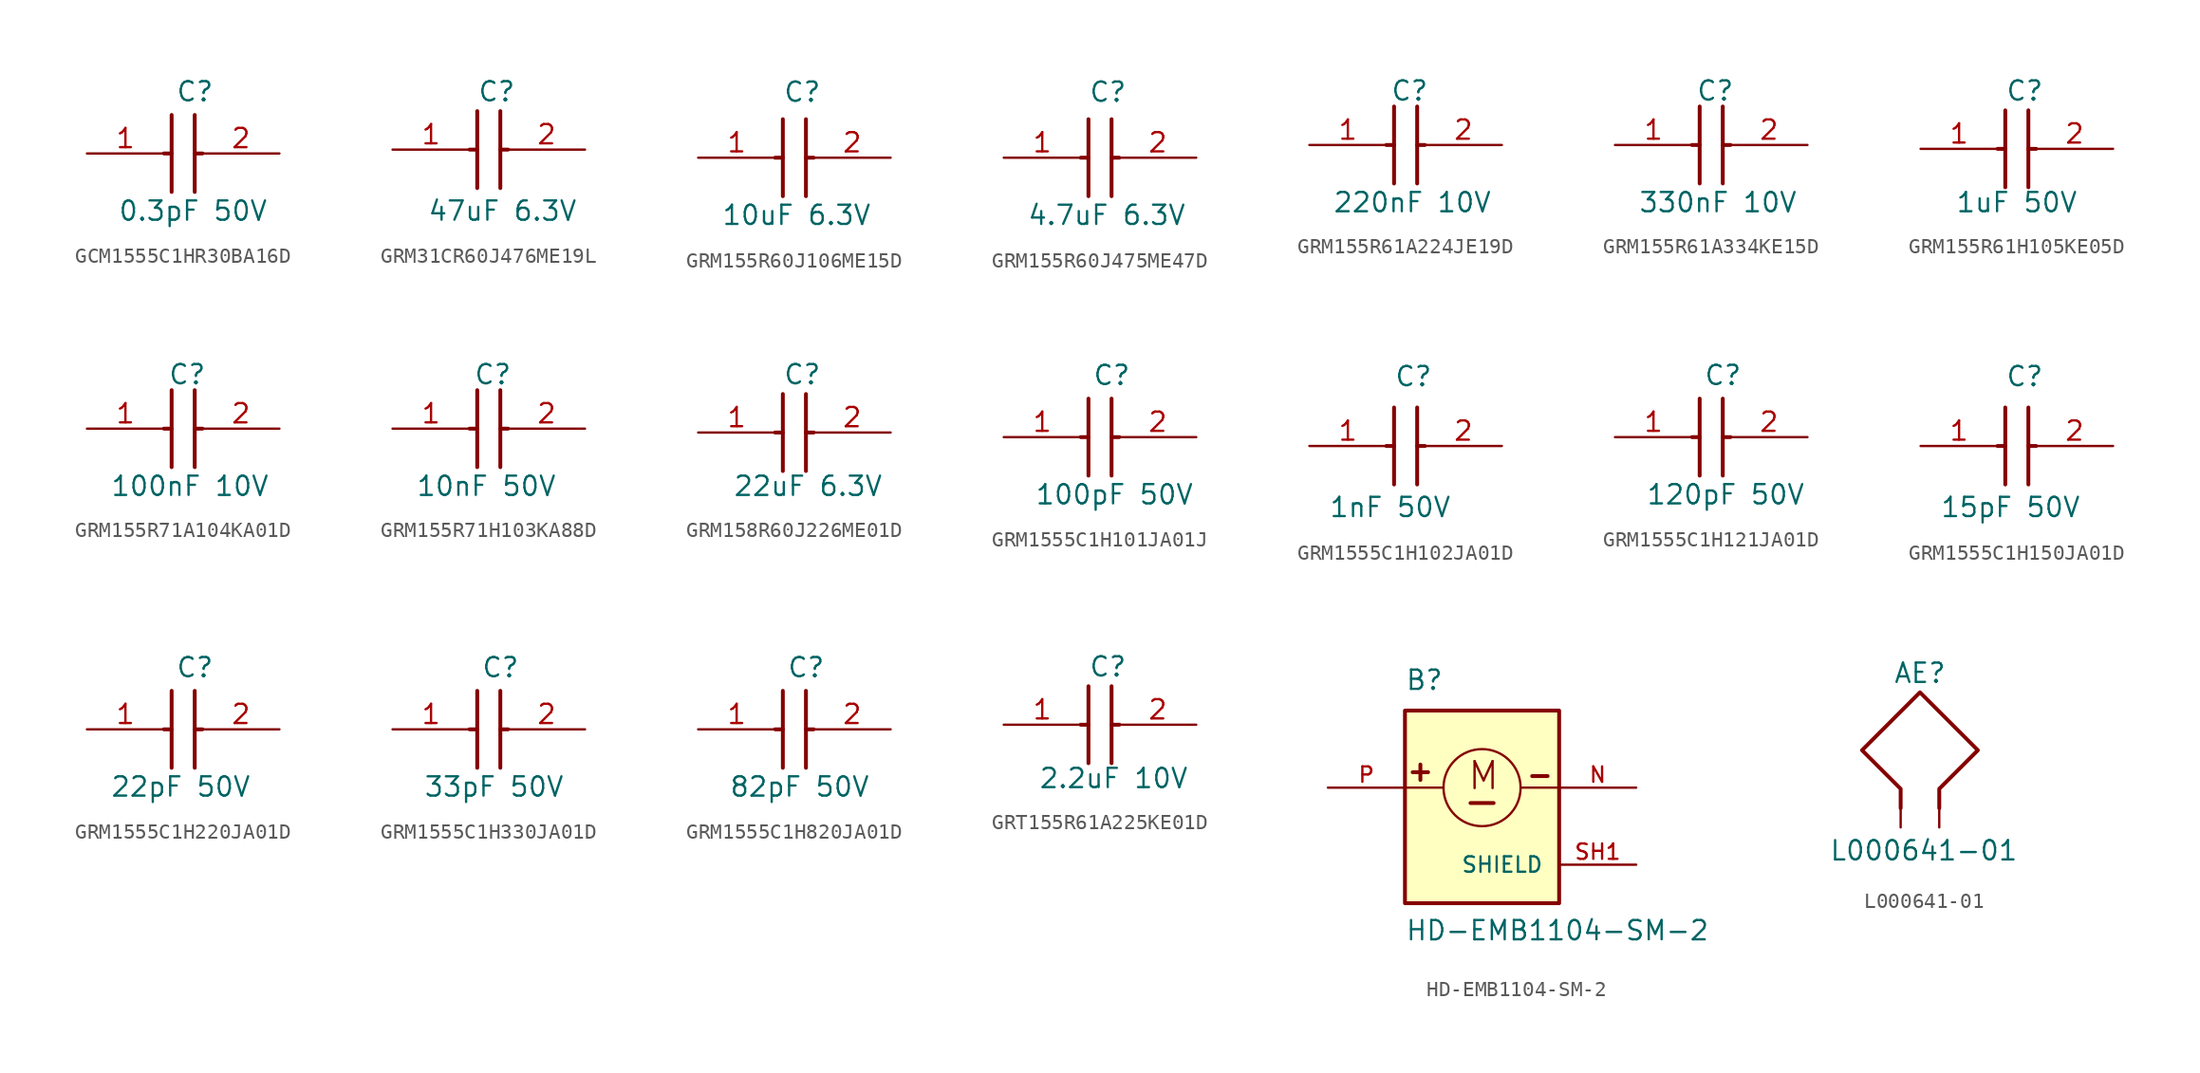
<source format=kicad_sym>
(kicad_symbol_lib
  (version 20241209)
  (generator "kicad_symbol_editor")
  (generator_version "9.0")
  (symbol "GCM1555C1HR30BA16D"
    (pin_names
      (hide yes))
    (property "Reference" "C"
      (at -0.508 4.826 0)
      (effects (font (size 1.27 1.27)) (justify left top)))
    (property "Value" "0.3pF 50V"
      (at -4.318 -3.048 0)
      (effects (font (size 1.27 1.27)) (justify left top)))
    (symbol "GCM1555C1HR30BA16D_1_1"
      (polyline (pts (xy -1.27 0) (xy -0.762 0)) (stroke (width 0.254) (type default)) (fill (type none)))
      (polyline (pts (xy -0.762 2.54) (xy -0.762 -2.54)) (stroke (width 0.254) (type default)) (fill (type none)))
      (polyline (pts (xy 0.762 2.54) (xy 0.762 -2.54)) (stroke (width 0.254) (type default)) (fill (type none)))
      (polyline (pts (xy 0.762 0) (xy 1.27 0)) (stroke (width 0.254) (type default)) (fill (type none)))
      (pin passive line (at -6.35 0 0) (length 5.08) (name "1" (effects (font (size 1.27 1.27)))) (number "1" (effects (font (size 1.27 1.27)))))
      (pin passive line (at 6.35 0 180) (length 5.08) (name "2" (effects (font (size 1.27 1.27)))) (number "2" (effects (font (size 1.27 1.27)))))))
  (symbol "GRM31CR60J476ME19L"
    (pin_names
      (hide yes))
    (property "Reference" "C"
      (at -0.762 4.572 0)
      (effects (font (size 1.27 1.27)) (justify left top)))
    (property "Value" "47uF 6.3V"
      (at -4.064 -3.302 0)
      (effects (font (size 1.27 1.27)) (justify left top)))
    (symbol "GRM31CR60J476ME19L_1_1"
      (polyline (pts (xy -1.27 0) (xy -0.762 0)) (stroke (width 0.254) (type default)) (fill (type none)))
      (polyline (pts (xy -0.762 2.54) (xy -0.762 -2.54)) (stroke (width 0.254) (type default)) (fill (type none)))
      (polyline (pts (xy 0.762 2.54) (xy 0.762 -2.54)) (stroke (width 0.254) (type default)) (fill (type none)))
      (polyline (pts (xy 0.762 0) (xy 1.27 0)) (stroke (width 0.254) (type default)) (fill (type none)))
      (pin passive line (at -6.35 0 0) (length 5.08) (name "1" (effects (font (size 1.27 1.27)))) (number "1" (effects (font (size 1.27 1.27)))))
      (pin passive line (at 6.35 0 180) (length 5.08) (name "2" (effects (font (size 1.27 1.27)))) (number "2" (effects (font (size 1.27 1.27)))))))
  (symbol "GRM155R60J106ME15D"
    (pin_names
      (hide yes))
    (property "Reference" "C"
      (at -0.762 5.08 0)
      (effects (font (size 1.27 1.27)) (justify left top)))
    (property "Value" "10uF 6.3V"
      (at -4.826 -3.048 0)
      (effects (font (size 1.27 1.27)) (justify left top)))
    (symbol "GRM155R60J106ME15D_1_1"
      (polyline (pts (xy -1.27 0) (xy -0.762 0)) (stroke (width 0.254) (type default)) (fill (type none)))
      (polyline (pts (xy -0.762 2.54) (xy -0.762 -2.54)) (stroke (width 0.254) (type default)) (fill (type none)))
      (polyline (pts (xy 0.762 2.54) (xy 0.762 -2.54)) (stroke (width 0.254) (type default)) (fill (type none)))
      (polyline (pts (xy 0.762 0) (xy 1.27 0)) (stroke (width 0.254) (type default)) (fill (type none)))
      (pin passive line (at -6.35 0 0) (length 5.08) (name "1" (effects (font (size 1.27 1.27)))) (number "1" (effects (font (size 1.27 1.27)))))
      (pin passive line (at 6.35 0 180) (length 5.08) (name "2" (effects (font (size 1.27 1.27)))) (number "2" (effects (font (size 1.27 1.27)))))))
  (symbol "GRM155R60J475ME47D"
    (pin_names
      (hide yes))
    (property "Reference" "C"
      (at -0.762 5.08 0)
      (effects (font (size 1.27 1.27)) (justify left top)))
    (property "Value" "4.7uF 6.3V"
      (at -4.826 -3.048 0)
      (effects (font (size 1.27 1.27)) (justify left top)))
    (symbol "GRM155R60J475ME47D_1_1"
      (polyline (pts (xy -1.27 0) (xy -0.762 0)) (stroke (width 0.254) (type default)) (fill (type none)))
      (polyline (pts (xy -0.762 2.54) (xy -0.762 -2.54)) (stroke (width 0.254) (type default)) (fill (type none)))
      (polyline (pts (xy 0.762 2.54) (xy 0.762 -2.54)) (stroke (width 0.254) (type default)) (fill (type none)))
      (polyline (pts (xy 0.762 0) (xy 1.27 0)) (stroke (width 0.254) (type default)) (fill (type none)))
      (pin passive line (at -6.35 0 0) (length 5.08) (name "1" (effects (font (size 1.27 1.27)))) (number "1" (effects (font (size 1.27 1.27)))))
      (pin passive line (at 6.35 0 180) (length 5.08) (name "2" (effects (font (size 1.27 1.27)))) (number "2" (effects (font (size 1.27 1.27)))))))
  (symbol "GRM155R61A224JE19D"
    (pin_names
      (hide yes))
    (property "Reference" "C"
      (at -1.016 4.318 0)
      (effects (font (size 1.27 1.27)) (justify left top)))
    (property "Value" "220nF 10V"
      (at -4.826 -3.048 0)
      (effects (font (size 1.27 1.27)) (justify left top)))
    (symbol "GRM155R61A224JE19D_1_1"
      (polyline (pts (xy -1.27 0) (xy -0.762 0)) (stroke (width 0.254) (type default)) (fill (type none)))
      (polyline (pts (xy -0.762 2.54) (xy -0.762 -2.54)) (stroke (width 0.254) (type default)) (fill (type none)))
      (polyline (pts (xy 0.762 2.54) (xy 0.762 -2.54)) (stroke (width 0.254) (type default)) (fill (type none)))
      (polyline (pts (xy 0.762 0) (xy 1.27 0)) (stroke (width 0.254) (type default)) (fill (type none)))
      (pin passive line (at -6.35 0 0) (length 5.08) (name "1" (effects (font (size 1.27 1.27)))) (number "1" (effects (font (size 1.27 1.27)))))
      (pin passive line (at 6.35 0 180) (length 5.08) (name "2" (effects (font (size 1.27 1.27)))) (number "2" (effects (font (size 1.27 1.27)))))))
  (symbol "GRM155R61A334KE15D"
    (pin_names
      (hide yes))
    (property "Reference" "C"
      (at -1.016 4.318 0)
      (effects (font (size 1.27 1.27)) (justify left top)))
    (property "Value" "330nF 10V"
      (at -4.826 -3.048 0)
      (effects (font (size 1.27 1.27)) (justify left top)))
    (symbol "GRM155R61A334KE15D_1_1"
      (polyline (pts (xy -1.27 0) (xy -0.762 0)) (stroke (width 0.254) (type default)) (fill (type none)))
      (polyline (pts (xy -0.762 2.54) (xy -0.762 -2.54)) (stroke (width 0.254) (type default)) (fill (type none)))
      (polyline (pts (xy 0.762 2.54) (xy 0.762 -2.54)) (stroke (width 0.254) (type default)) (fill (type none)))
      (polyline (pts (xy 0.762 0) (xy 1.27 0)) (stroke (width 0.254) (type default)) (fill (type none)))
      (pin passive line (at -6.35 0 0) (length 5.08) (name "1" (effects (font (size 1.27 1.27)))) (number "1" (effects (font (size 1.27 1.27)))))
      (pin passive line (at 6.35 0 180) (length 5.08) (name "2" (effects (font (size 1.27 1.27)))) (number "2" (effects (font (size 1.27 1.27)))))))
  (symbol "GRM155R61H105KE05D"
    (pin_names
      (hide yes))
    (property "Reference" "C"
      (at -0.762 4.572 0)
      (effects (font (size 1.27 1.27)) (justify left top)))
    (property "Value" "1uF 50V"
      (at -4.064 -2.794 0)
      (effects (font (size 1.27 1.27)) (justify left top)))
    (symbol "GRM155R61H105KE05D_1_1"
      (polyline (pts (xy -1.27 0) (xy -0.762 0)) (stroke (width 0.254) (type default)) (fill (type none)))
      (polyline (pts (xy -0.762 2.54) (xy -0.762 -2.54)) (stroke (width 0.254) (type default)) (fill (type none)))
      (polyline (pts (xy 0.762 2.54) (xy 0.762 -2.54)) (stroke (width 0.254) (type default)) (fill (type none)))
      (polyline (pts (xy 0.762 0) (xy 1.27 0)) (stroke (width 0.254) (type default)) (fill (type none)))
      (pin passive line (at -6.35 0 0) (length 5.08) (name "1" (effects (font (size 1.27 1.27)))) (number "1" (effects (font (size 1.27 1.27)))))
      (pin passive line (at 6.35 0 180) (length 5.08) (name "2" (effects (font (size 1.27 1.27)))) (number "2" (effects (font (size 1.27 1.27)))))))
  (symbol "GRM155R71A104KA01D"
    (pin_names
      (hide yes))
    (property "Reference" "C"
      (at -1.016 4.318 0)
      (effects (font (size 1.27 1.27)) (justify left top)))
    (property "Value" "100nF 10V"
      (at -4.826 -3.048 0)
      (effects (font (size 1.27 1.27)) (justify left top)))
    (symbol "GRM155R71A104KA01D_1_1"
      (polyline (pts (xy -1.27 0) (xy -0.762 0)) (stroke (width 0.254) (type default)) (fill (type none)))
      (polyline (pts (xy -0.762 2.54) (xy -0.762 -2.54)) (stroke (width 0.254) (type default)) (fill (type none)))
      (polyline (pts (xy 0.762 2.54) (xy 0.762 -2.54)) (stroke (width 0.254) (type default)) (fill (type none)))
      (polyline (pts (xy 0.762 0) (xy 1.27 0)) (stroke (width 0.254) (type default)) (fill (type none)))
      (pin passive line (at -6.35 0 0) (length 5.08) (name "1" (effects (font (size 1.27 1.27)))) (number "1" (effects (font (size 1.27 1.27)))))
      (pin passive line (at 6.35 0 180) (length 5.08) (name "2" (effects (font (size 1.27 1.27)))) (number "2" (effects (font (size 1.27 1.27)))))))
  (symbol "GRM155R71H103KA88D"
    (pin_names
      (hide yes))
    (property "Reference" "C"
      (at -1.016 4.318 0)
      (effects (font (size 1.27 1.27)) (justify left top)))
    (property "Value" "10nF 50V"
      (at -4.826 -3.048 0)
      (effects (font (size 1.27 1.27)) (justify left top)))
    (symbol "GRM155R71H103KA88D_1_1"
      (polyline (pts (xy -1.27 0) (xy -0.762 0)) (stroke (width 0.254) (type default)) (fill (type none)))
      (polyline (pts (xy -0.762 2.54) (xy -0.762 -2.54)) (stroke (width 0.254) (type default)) (fill (type none)))
      (polyline (pts (xy 0.762 2.54) (xy 0.762 -2.54)) (stroke (width 0.254) (type default)) (fill (type none)))
      (polyline (pts (xy 0.762 0) (xy 1.27 0)) (stroke (width 0.254) (type default)) (fill (type none)))
      (pin passive line (at -6.35 0 0) (length 5.08) (name "1" (effects (font (size 1.27 1.27)))) (number "1" (effects (font (size 1.27 1.27)))))
      (pin passive line (at 6.35 0 180) (length 5.08) (name "2" (effects (font (size 1.27 1.27)))) (number "2" (effects (font (size 1.27 1.27)))))))
  (symbol "GRM158R60J226ME01D"
    (pin_names
      (hide yes))
    (property "Reference" "C"
      (at -0.762 4.572 0)
      (effects (font (size 1.27 1.27)) (justify left top)))
    (property "Value" "22uF 6.3V"
      (at -4.064 -2.794 0)
      (effects (font (size 1.27 1.27)) (justify left top)))
    (symbol "GRM158R60J226ME01D_1_1"
      (polyline (pts (xy -1.27 0) (xy -0.762 0)) (stroke (width 0.254) (type default)) (fill (type none)))
      (polyline (pts (xy -0.762 2.54) (xy -0.762 -2.54)) (stroke (width 0.254) (type default)) (fill (type none)))
      (polyline (pts (xy 0.762 2.54) (xy 0.762 -2.54)) (stroke (width 0.254) (type default)) (fill (type none)))
      (polyline (pts (xy 0.762 0) (xy 1.27 0)) (stroke (width 0.254) (type default)) (fill (type none)))
      (pin passive line (at -6.35 0 0) (length 5.08) (name "1" (effects (font (size 1.27 1.27)))) (number "1" (effects (font (size 1.27 1.27)))))
      (pin passive line (at 6.35 0 180) (length 5.08) (name "2" (effects (font (size 1.27 1.27)))) (number "2" (effects (font (size 1.27 1.27)))))))
  (symbol "GRM1555C1H101JA01J"
    (pin_names
      (hide yes))
    (property "Reference" "C"
      (at -0.508 4.826 0)
      (effects (font (size 1.27 1.27)) (justify left top)))
    (property "Value" "100pF 50V"
      (at -4.318 -3.048 0)
      (effects (font (size 1.27 1.27)) (justify left top)))
    (symbol "GRM1555C1H101JA01J_1_1"
      (polyline (pts (xy -1.27 0) (xy -0.762 0)) (stroke (width 0.254) (type default)) (fill (type none)))
      (polyline (pts (xy -0.762 2.54) (xy -0.762 -2.54)) (stroke (width 0.254) (type default)) (fill (type none)))
      (polyline (pts (xy 0.762 2.54) (xy 0.762 -2.54)) (stroke (width 0.254) (type default)) (fill (type none)))
      (polyline (pts (xy 0.762 0) (xy 1.27 0)) (stroke (width 0.254) (type default)) (fill (type none)))
      (pin passive line (at -6.35 0 0) (length 5.08) (name "1" (effects (font (size 1.27 1.27)))) (number "1" (effects (font (size 1.27 1.27)))))
      (pin passive line (at 6.35 0 180) (length 5.08) (name "2" (effects (font (size 1.27 1.27)))) (number "2" (effects (font (size 1.27 1.27)))))))
  (symbol "GRM1555C1H102JA01D"
    (pin_names
      (hide yes))
    (property "Reference" "C"
      (at -0.762 5.334 0)
      (effects (font (size 1.27 1.27)) (justify left top)))
    (property "Value" "1nF 50V"
      (at -5.08 -3.302 0)
      (effects (font (size 1.27 1.27)) (justify left top)))
    (symbol "GRM1555C1H102JA01D_1_1"
      (polyline (pts (xy -1.27 0) (xy -0.762 0)) (stroke (width 0.254) (type default)) (fill (type none)))
      (polyline (pts (xy -0.762 2.54) (xy -0.762 -2.54)) (stroke (width 0.254) (type default)) (fill (type none)))
      (polyline (pts (xy 0.762 2.54) (xy 0.762 -2.54)) (stroke (width 0.254) (type default)) (fill (type none)))
      (polyline (pts (xy 0.762 0) (xy 1.27 0)) (stroke (width 0.254) (type default)) (fill (type none)))
      (pin passive line (at -6.35 0 0) (length 5.08) (name "1" (effects (font (size 1.27 1.27)))) (number "1" (effects (font (size 1.27 1.27)))))
      (pin passive line (at 6.35 0 180) (length 5.08) (name "2" (effects (font (size 1.27 1.27)))) (number "2" (effects (font (size 1.27 1.27)))))))
  (symbol "GRM1555C1H121JA01D"
    (pin_names
      (hide yes))
    (property "Reference" "C"
      (at -0.508 4.826 0)
      (effects (font (size 1.27 1.27)) (justify left top)))
    (property "Value" "120pF 50V"
      (at -4.318 -3.048 0)
      (effects (font (size 1.27 1.27)) (justify left top)))
    (symbol "GRM1555C1H121JA01D_1_1"
      (polyline (pts (xy -1.27 0) (xy -0.762 0)) (stroke (width 0.254) (type default)) (fill (type none)))
      (polyline (pts (xy -0.762 2.54) (xy -0.762 -2.54)) (stroke (width 0.254) (type default)) (fill (type none)))
      (polyline (pts (xy 0.762 2.54) (xy 0.762 -2.54)) (stroke (width 0.254) (type default)) (fill (type none)))
      (polyline (pts (xy 0.762 0) (xy 1.27 0)) (stroke (width 0.254) (type default)) (fill (type none)))
      (pin passive line (at -6.35 0 0) (length 5.08) (name "1" (effects (font (size 1.27 1.27)))) (number "1" (effects (font (size 1.27 1.27)))))
      (pin passive line (at 6.35 0 180) (length 5.08) (name "2" (effects (font (size 1.27 1.27)))) (number "2" (effects (font (size 1.27 1.27)))))))
  (symbol "GRM1555C1H150JA01D"
    (pin_names
      (hide yes))
    (property "Reference" "C"
      (at -0.762 5.334 0)
      (effects (font (size 1.27 1.27)) (justify left top)))
    (property "Value" "15pF 50V"
      (at -5.08 -3.302 0)
      (effects (font (size 1.27 1.27)) (justify left top)))
    (symbol "GRM1555C1H150JA01D_1_1"
      (polyline (pts (xy -1.27 0) (xy -0.762 0)) (stroke (width 0.254) (type default)) (fill (type none)))
      (polyline (pts (xy -0.762 2.54) (xy -0.762 -2.54)) (stroke (width 0.254) (type default)) (fill (type none)))
      (polyline (pts (xy 0.762 2.54) (xy 0.762 -2.54)) (stroke (width 0.254) (type default)) (fill (type none)))
      (polyline (pts (xy 0.762 0) (xy 1.27 0)) (stroke (width 0.254) (type default)) (fill (type none)))
      (pin passive line (at -6.35 0 0) (length 5.08) (name "1" (effects (font (size 1.27 1.27)))) (number "1" (effects (font (size 1.27 1.27)))))
      (pin passive line (at 6.35 0 180) (length 5.08) (name "2" (effects (font (size 1.27 1.27)))) (number "2" (effects (font (size 1.27 1.27)))))))
  (symbol "GRM1555C1H220JA01D"
    (pin_names
      (hide yes))
    (property "Reference" "C"
      (at -0.508 4.826 0)
      (effects (font (size 1.27 1.27)) (justify left top)))
    (property "Value" "22pF 50V"
      (at -4.826 -3.048 0)
      (effects (font (size 1.27 1.27)) (justify left top)))
    (symbol "GRM1555C1H220JA01D_1_1"
      (polyline (pts (xy -1.27 0) (xy -0.762 0)) (stroke (width 0.254) (type default)) (fill (type none)))
      (polyline (pts (xy -0.762 2.54) (xy -0.762 -2.54)) (stroke (width 0.254) (type default)) (fill (type none)))
      (polyline (pts (xy 0.762 2.54) (xy 0.762 -2.54)) (stroke (width 0.254) (type default)) (fill (type none)))
      (polyline (pts (xy 0.762 0) (xy 1.27 0)) (stroke (width 0.254) (type default)) (fill (type none)))
      (pin passive line (at -6.35 0 0) (length 5.08) (name "1" (effects (font (size 1.27 1.27)))) (number "1" (effects (font (size 1.27 1.27)))))
      (pin passive line (at 6.35 0 180) (length 5.08) (name "2" (effects (font (size 1.27 1.27)))) (number "2" (effects (font (size 1.27 1.27)))))))
  (symbol "GRM1555C1H330JA01D"
    (pin_names
      (hide yes))
    (property "Reference" "C"
      (at -0.508 4.826 0)
      (effects (font (size 1.27 1.27)) (justify left top)))
    (property "Value" "33pF 50V"
      (at -4.318 -3.048 0)
      (effects (font (size 1.27 1.27)) (justify left top)))
    (symbol "GRM1555C1H330JA01D_1_1"
      (polyline (pts (xy -1.27 0) (xy -0.762 0)) (stroke (width 0.254) (type default)) (fill (type none)))
      (polyline (pts (xy -0.762 2.54) (xy -0.762 -2.54)) (stroke (width 0.254) (type default)) (fill (type none)))
      (polyline (pts (xy 0.762 2.54) (xy 0.762 -2.54)) (stroke (width 0.254) (type default)) (fill (type none)))
      (polyline (pts (xy 0.762 0) (xy 1.27 0)) (stroke (width 0.254) (type default)) (fill (type none)))
      (pin passive line (at -6.35 0 0) (length 5.08) (name "1" (effects (font (size 1.27 1.27)))) (number "1" (effects (font (size 1.27 1.27)))))
      (pin passive line (at 6.35 0 180) (length 5.08) (name "2" (effects (font (size 1.27 1.27)))) (number "2" (effects (font (size 1.27 1.27)))))))
  (symbol "GRM1555C1H820JA01D"
    (pin_names
      (hide yes))
    (property "Reference" "C"
      (at -0.508 4.826 0)
      (effects (font (size 1.27 1.27)) (justify left top)))
    (property "Value" "82pF 50V"
      (at -4.318 -3.048 0)
      (effects (font (size 1.27 1.27)) (justify left top)))
    (symbol "GRM1555C1H820JA01D_1_1"
      (polyline (pts (xy -1.27 0) (xy -0.762 0)) (stroke (width 0.254) (type default)) (fill (type none)))
      (polyline (pts (xy -0.762 2.54) (xy -0.762 -2.54)) (stroke (width 0.254) (type default)) (fill (type none)))
      (polyline (pts (xy 0.762 2.54) (xy 0.762 -2.54)) (stroke (width 0.254) (type default)) (fill (type none)))
      (polyline (pts (xy 0.762 0) (xy 1.27 0)) (stroke (width 0.254) (type default)) (fill (type none)))
      (pin passive line (at -6.35 0 0) (length 5.08) (name "1" (effects (font (size 1.27 1.27)))) (number "1" (effects (font (size 1.27 1.27)))))
      (pin passive line (at 6.35 0 180) (length 5.08) (name "2" (effects (font (size 1.27 1.27)))) (number "2" (effects (font (size 1.27 1.27)))))))
  (symbol "GRT155R61A225KE01D"
    (pin_names
      (hide yes))
    (property "Reference" "C"
      (at -0.762 4.572 0)
      (effects (font (size 1.27 1.27)) (justify left top)))
    (property "Value" "2.2uF 10V"
      (at -4.064 -2.794 0)
      (effects (font (size 1.27 1.27)) (justify left top)))
    (symbol "GRT155R61A225KE01D_1_1"
      (polyline (pts (xy -1.27 0) (xy -0.762 0)) (stroke (width 0.254) (type default)) (fill (type none)))
      (polyline (pts (xy -0.762 2.54) (xy -0.762 -2.54)) (stroke (width 0.254) (type default)) (fill (type none)))
      (polyline (pts (xy 0.762 2.54) (xy 0.762 -2.54)) (stroke (width 0.254) (type default)) (fill (type none)))
      (polyline (pts (xy 0.762 0) (xy 1.27 0)) (stroke (width 0.254) (type default)) (fill (type none)))
      (pin passive line (at -6.35 0 0) (length 5.08) (name "1" (effects (font (size 1.27 1.27)))) (number "1" (effects (font (size 1.27 1.27)))))
      (pin passive line (at 6.35 0 180) (length 5.08) (name "2" (effects (font (size 1.27 1.27)))) (number "2" (effects (font (size 1.27 1.27)))))))
  (symbol "HD-EMB1104-SM-2"
    (pin_names
      (offset 1.016))
    (property "Reference" "B"
      (at -5.08 6.35 0)
      (effects (font (size 1.27 1.27)) (justify left bottom)))
    (property "Value" "HD-EMB1104-SM-2"
      (at -5.08 -10.16 0)
      (effects (font (size 1.27 1.27)) (justify left bottom)))
    (symbol "HD-EMB1104-SM-2_0_0"
      (rectangle (start -5.08 -7.62) (end 5.08 5.08) (stroke (width 0.254) (type default)) (fill (type background)))
      (polyline (pts (xy -4.572 1.016) (xy -3.556 1.016)) (stroke (width 0.254) (type default)) (fill (type none)))
      (polyline (pts (xy -4.064 1.524) (xy -4.064 0.508)) (stroke (width 0.254) (type default)) (fill (type none)))
      (polyline (pts (xy -2.54 0) (xy -5.08 0)) (stroke (width 0.152) (type default)) (fill (type none)))
      (polyline (pts (xy -0.762 -1.016) (xy 0.762 -1.016)) (stroke (width 0.254) (type default)) (fill (type none)))
      (circle (center 0 0) (radius 2.54) (stroke (width 0.152) (type default)) (fill (type none)))
      (polyline (pts (xy 2.54 0) (xy 5.08 0)) (stroke (width 0.152) (type default)) (fill (type none)))
      (polyline (pts (xy 3.302 0.762) (xy 4.318 0.762)) (stroke (width 0.254) (type default)) (fill (type none)))
      (text "M" (at -1.016 -0.254 0) (effects (font (size 1.778 1.778)) (justify left bottom)))
      (pin passive line (at -10.16 0 0) (length 5.08) (name "~" (effects (font (size 1.016 1.016)))) (number "P" (effects (font (size 1.016 1.016)))))
      (pin passive line (at 10.16 0 180) (length 5.08) (name "~" (effects (font (size 1.016 1.016)))) (number "N" (effects (font (size 1.016 1.016)))))
      (pin passive line (at 10.16 -5.08 180) (length 5.08) (name "SHIELD" (effects (font (size 1.016 1.016)))) (number "SH1" (effects (font (size 1.016 1.016)))))))
  (symbol "L000641-01"
    (pin_numbers
      (hide yes))
    (pin_names
      (offset 1.016)
      (hide yes))
    (property "Reference" "AE"
      (at 1.27 5.08 0)
      (effects (font (size 1.27 1.27))))
    (property "Value" "L000641-01"
      (at 1.524 -6.604 0)
      (effects (font (size 1.27 1.27))))
    (symbol "L000641-01_0_1"
      (polyline (pts (xy 2.54 -3.81) (xy 2.54 -2.54) (xy 5.08 0) (xy 1.27 3.81) (xy -2.54 0) (xy 0 -2.54) (xy 0 -3.81)) (stroke (width 0.254) (type default)) (fill (type none))))
    (symbol "L000641-01_1_1"
      (pin passive line (at 0 -5.08 90) (length 2.54) (name "~" (effects (font (size 1.27 1.27)))) (number "1" (effects (font (size 1.27 1.27)))))
      (pin passive line (at 2.54 -5.08 90) (length 2.54) (name "~" (effects (font (size 1.27 1.27)))) (number "2" (effects (font (size 1.27 1.27))))))))
</source>
